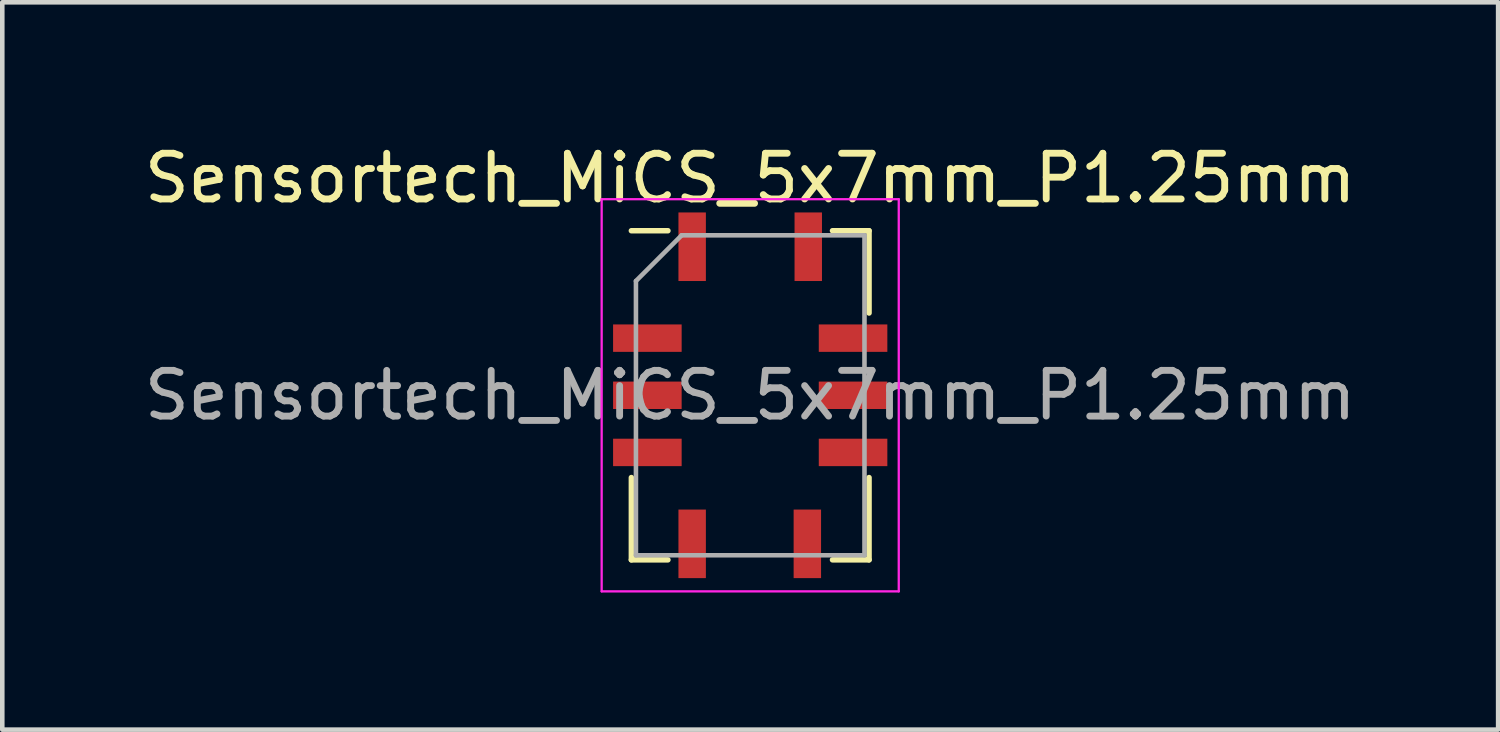
<source format=kicad_pcb>
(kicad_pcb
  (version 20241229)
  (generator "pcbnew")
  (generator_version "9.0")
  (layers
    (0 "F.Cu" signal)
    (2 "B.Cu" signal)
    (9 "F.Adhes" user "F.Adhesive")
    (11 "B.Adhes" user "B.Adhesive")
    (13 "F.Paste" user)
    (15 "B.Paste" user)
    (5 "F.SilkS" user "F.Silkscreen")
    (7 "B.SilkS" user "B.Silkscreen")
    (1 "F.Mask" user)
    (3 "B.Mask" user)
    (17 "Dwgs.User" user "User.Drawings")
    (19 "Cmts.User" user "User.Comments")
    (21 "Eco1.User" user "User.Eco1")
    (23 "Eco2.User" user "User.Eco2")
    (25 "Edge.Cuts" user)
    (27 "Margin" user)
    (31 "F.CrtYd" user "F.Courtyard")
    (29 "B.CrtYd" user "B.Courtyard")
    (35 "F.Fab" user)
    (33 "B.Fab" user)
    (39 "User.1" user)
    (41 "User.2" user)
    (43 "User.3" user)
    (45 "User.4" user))
  (footprint "Sensortech_MiCS_5x7mm_P1.25mm"
    (layer "F.Cu")
    (at 13.363 5.598)
    (property "Reference" "Sensortech_MiCS_5x7mm_P1.25mm" (at 0 -4.75 0) (unlocked yes) (layer "F.SilkS") (effects (font (size 1 1) (thickness 0.15))))
    (attr smd)
    (fp_line (start -2.6 -3.6) (end -1.8 -3.6) (stroke (width 0.12) (type solid)) (layer "F.SilkS"))
    (fp_line (start -2.6 3.6) (end -2.6 1.8) (stroke (width 0.12) (type solid)) (layer "F.SilkS"))
    (fp_line (start -2.6 3.6) (end -1.8 3.6) (stroke (width 0.12) (type solid)) (layer "F.SilkS"))
    (fp_line (start 2.6 -3.6) (end 1.8 -3.6) (stroke (width 0.12) (type solid)) (layer "F.SilkS"))
    (fp_line (start 2.6 -3.6) (end 2.6 -1.8) (stroke (width 0.12) (type solid)) (layer "F.SilkS"))
    (fp_line (start 2.6 3.6) (end 1.8 3.6) (stroke (width 0.12) (type solid)) (layer "F.SilkS"))
    (fp_line (start 2.6 3.6) (end 2.6 1.8) (stroke (width 0.12) (type solid)) (layer "F.SilkS"))
    (fp_line (start -3.25 -4.29) (end -3.25 4.29) (stroke (width 0.05) (type solid)) (layer "F.CrtYd"))
    (fp_line (start -3.25 4.29) (end 3.25 4.29) (stroke (width 0.05) (type solid)) (layer "F.CrtYd"))
    (fp_line (start 3.25 -4.29) (end -3.25 -4.29) (stroke (width 0.05) (type solid)) (layer "F.CrtYd"))
    (fp_line (start 3.25 4.29) (end 3.25 -4.29) (stroke (width 0.05) (type solid)) (layer "F.CrtYd"))
    (fp_line (start -2.5 3.5) (end -2.5 -2.5) (stroke (width 0.1) (type solid)) (layer "F.Fab"))
    (fp_line (start -1.5 -3.5) (end -2.5 -2.5) (stroke (width 0.1) (type solid)) (layer "F.Fab"))
    (fp_line (start -1.5 -3.5) (end 2.5 -3.5) (stroke (width 0.1) (type solid)) (layer "F.Fab"))
    (fp_line (start 2.5 -3.5) (end 2.5 3.5) (stroke (width 0.1) (type solid)) (layer "F.Fab"))
    (fp_line (start 2.5 3.5) (end -2.5 3.5) (stroke (width 0.1) (type solid)) (layer "F.Fab"))
    (fp_text user "${REFERENCE}" (at 0 0 0) (unlocked yes) (layer "F.Fab") (effects (font (size 1 1) (thickness 0.15))))
    (pad "A" smd rect (at -2.25 -1.25 90) (size 0.6 1.5) (layers "F.Cu" "F.Mask" "F.Paste"))
    (pad "B" smd rect (at -2.25 0 90) (size 0.6 1.5) (layers "F.Cu" "F.Mask" "F.Paste"))
    (pad "C" smd rect (at -2.25 1.25 90) (size 0.6 1.5) (layers "F.Cu" "F.Mask" "F.Paste"))
    (pad "D" smd rect (at -1.27 3.25 180) (size 0.6 1.5) (layers "F.Cu" "F.Mask" "F.Paste"))
    (pad "E" smd rect (at 1.25 3.25 180) (size 0.6 1.5) (layers "F.Cu" "F.Mask" "F.Paste"))
    (pad "F" smd rect (at 2.25 1.25 270) (size 0.6 1.5) (layers "F.Cu" "F.Mask" "F.Paste"))
    (pad "G" smd rect (at 2.25 0 270) (size 0.6 1.5) (layers "F.Cu" "F.Mask" "F.Paste"))
    (pad "H" smd rect (at 2.25 -1.25 270) (size 0.6 1.5) (layers "F.Cu" "F.Mask" "F.Paste"))
    (pad "J" smd rect (at 1.27 -3.25 180) (size 0.6 1.5) (layers "F.Cu" "F.Mask" "F.Paste"))
    (pad "K" smd rect (at -1.27 -3.25 180) (size 0.6 1.5) (layers "F.Cu" "F.Mask" "F.Paste")))
  (gr_rect
    (start -3 -3)
    (end 29.726 12.913)
    (stroke (width 0.1) (type default))
    (fill no)
    (layer "Edge.Cuts")))
</source>
